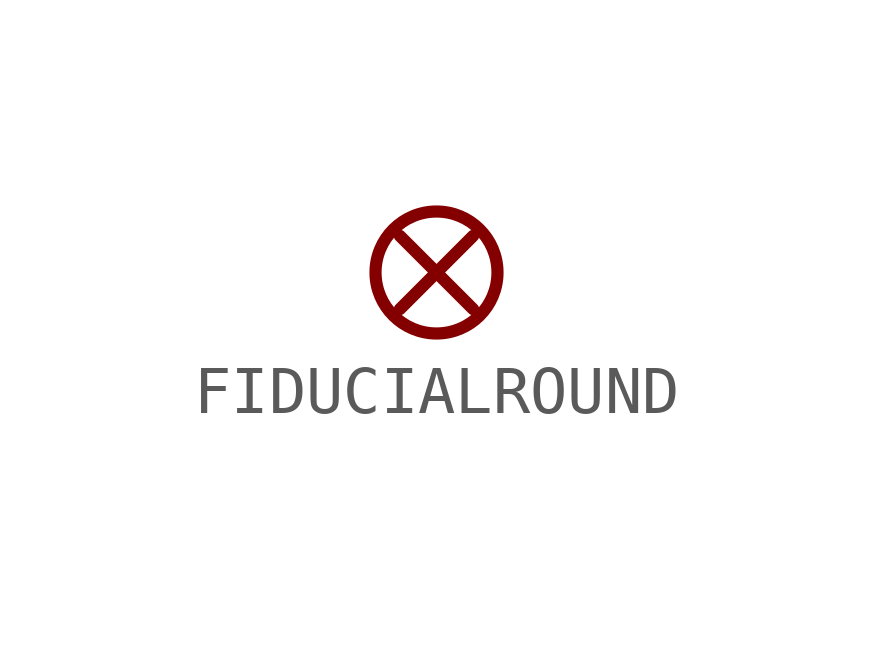
<source format=kicad_sym>
(kicad_symbol_lib
  (version 20241209)
  (generator "kicad_symbol_editor")
  (generator_version "9.0")
  (symbol "FIDUCIALROUND"
    (property "Reference" "FID"
      (at 0 0 0)
      (effects (font (size 1.27 1.27)) (hide yes)))
    (property "ki_locked" ""
      (at 0 0 0)
      (effects (font (size 1.27 1.27))))
    (symbol "FIDUCIALROUND_1_0"
      (polyline (pts (xy -0.762 0.762) (xy 0.762 -0.762)) (stroke (width 0.254) (type solid)) (fill (type none)))
      (circle (center 0 0) (radius 1.27) (stroke (width 0.254) (type solid)) (fill (type none)))
      (polyline (pts (xy 0.762 0.762) (xy -0.762 -0.762)) (stroke (width 0.254) (type solid)) (fill (type none))))))
</source>
